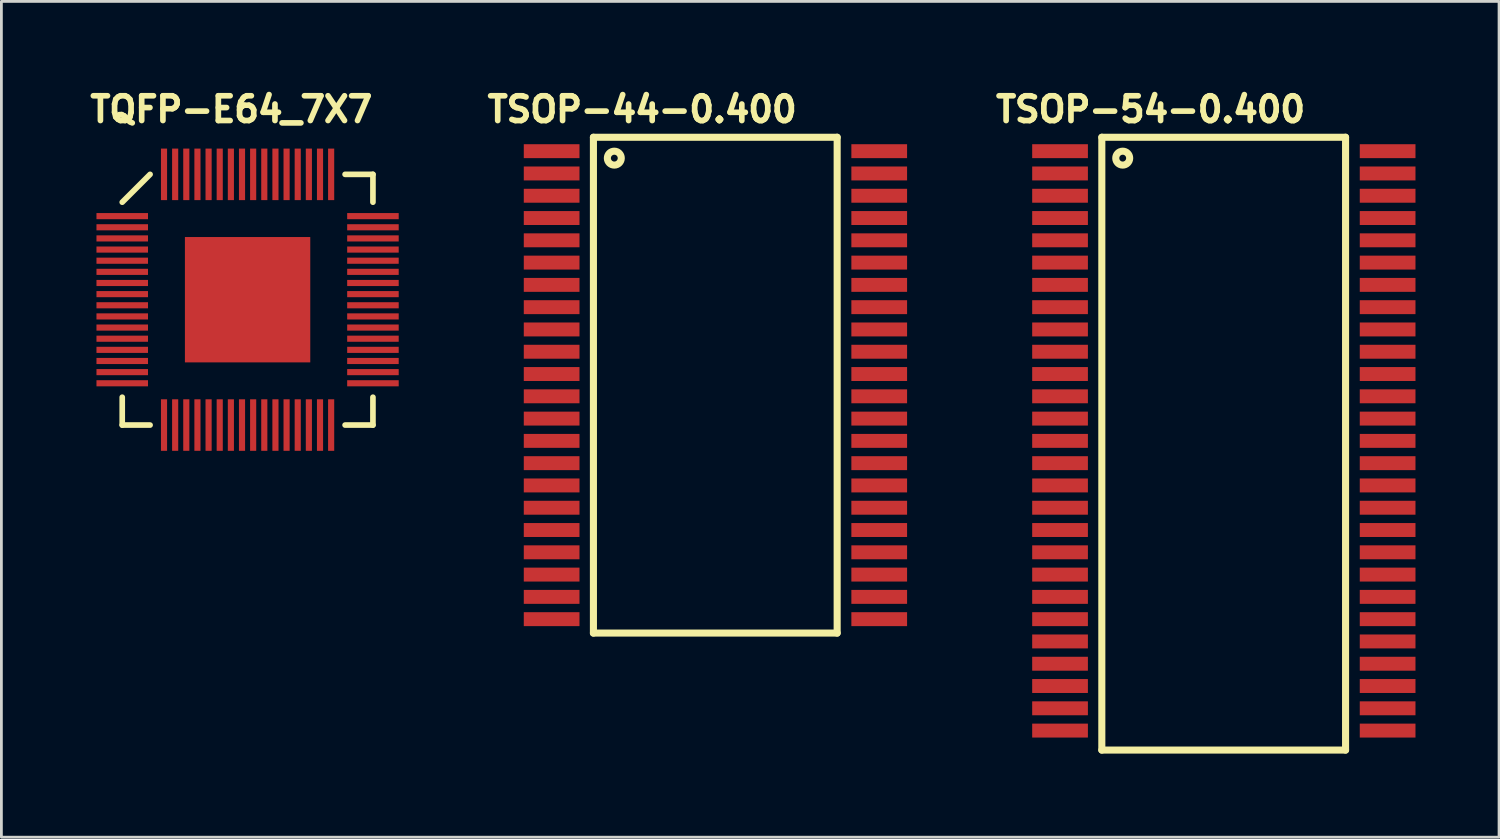
<source format=kicad_pcb>
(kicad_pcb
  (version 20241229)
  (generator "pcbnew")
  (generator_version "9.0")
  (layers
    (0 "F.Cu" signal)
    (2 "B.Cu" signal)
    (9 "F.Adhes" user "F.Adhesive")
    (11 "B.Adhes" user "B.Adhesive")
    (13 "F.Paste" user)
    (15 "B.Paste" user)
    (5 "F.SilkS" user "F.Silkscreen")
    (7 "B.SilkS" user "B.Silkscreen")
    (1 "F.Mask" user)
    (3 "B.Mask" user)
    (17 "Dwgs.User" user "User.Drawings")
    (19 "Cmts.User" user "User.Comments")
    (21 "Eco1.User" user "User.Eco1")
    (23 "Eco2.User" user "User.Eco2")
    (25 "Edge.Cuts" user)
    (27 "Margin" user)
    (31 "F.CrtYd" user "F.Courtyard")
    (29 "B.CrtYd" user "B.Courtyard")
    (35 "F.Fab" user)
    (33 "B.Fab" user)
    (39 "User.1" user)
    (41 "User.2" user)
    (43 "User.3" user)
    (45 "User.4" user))
  (footprint "TQFP-E64_7X7"
    (layer "F.Cu")
    (at 5.838 7.709)
    (property "Reference" "TQFP-E64_7X7" (at -0.584 -6.833 0) (layer "F.SilkS") (effects (font (size 0.889 0.889) (thickness 0.203))))
    (attr through_hole)
    (fp_line (start -4.5 -3.5) (end -3.5 -4.5) (stroke (width 0.203) (type solid)) (layer "F.SilkS"))
    (fp_line (start -4.5 4.5) (end -4.5 3.5) (stroke (width 0.203) (type solid)) (layer "F.SilkS"))
    (fp_line (start -3.5 4.5) (end -4.5 4.5) (stroke (width 0.203) (type solid)) (layer "F.SilkS"))
    (fp_line (start 3.5 -4.5) (end 4.5 -4.5) (stroke (width 0.203) (type solid)) (layer "F.SilkS"))
    (fp_line (start 4.5 -4.5) (end 4.5 -3.5) (stroke (width 0.203) (type solid)) (layer "F.SilkS"))
    (fp_line (start 4.5 3.5) (end 4.5 4.5) (stroke (width 0.203) (type solid)) (layer "F.SilkS"))
    (fp_line (start 4.5 4.5) (end 3.5 4.5) (stroke (width 0.203) (type solid)) (layer "F.SilkS"))
    (pad "1" smd rect (at -4.5 -3) (size 1.85 0.22) (layers "F.Cu" "F.Mask" "F.Paste"))
    (pad "2" smd rect (at -4.5 -2.6) (size 1.85 0.22) (layers "F.Cu" "F.Mask" "F.Paste"))
    (pad "3" smd rect (at -4.5 -2.2) (size 1.85 0.22) (layers "F.Cu" "F.Mask" "F.Paste"))
    (pad "4" smd rect (at -4.5 -1.8) (size 1.85 0.22) (layers "F.Cu" "F.Mask" "F.Paste"))
    (pad "5" smd rect (at -4.5 -1.4) (size 1.85 0.22) (layers "F.Cu" "F.Mask" "F.Paste"))
    (pad "6" smd rect (at -4.5 -1) (size 1.85 0.22) (layers "F.Cu" "F.Mask" "F.Paste"))
    (pad "7" smd rect (at -4.5 -0.6) (size 1.85 0.22) (layers "F.Cu" "F.Mask" "F.Paste"))
    (pad "8" smd rect (at -4.5 -0.2) (size 1.85 0.22) (layers "F.Cu" "F.Mask" "F.Paste"))
    (pad "9" smd rect (at -4.5 0.2) (size 1.85 0.22) (layers "F.Cu" "F.Mask" "F.Paste"))
    (pad "10" smd rect (at -4.5 0.6) (size 1.85 0.22) (layers "F.Cu" "F.Mask" "F.Paste"))
    (pad "11" smd rect (at -4.5 1) (size 1.85 0.22) (layers "F.Cu" "F.Mask" "F.Paste"))
    (pad "12" smd rect (at -4.5 1.4) (size 1.85 0.22) (layers "F.Cu" "F.Mask" "F.Paste"))
    (pad "13" smd rect (at -4.5 1.8) (size 1.85 0.22) (layers "F.Cu" "F.Mask" "F.Paste"))
    (pad "14" smd rect (at -4.5 2.2) (size 1.85 0.22) (layers "F.Cu" "F.Mask" "F.Paste"))
    (pad "15" smd rect (at -4.5 2.6) (size 1.85 0.22) (layers "F.Cu" "F.Mask" "F.Paste"))
    (pad "16" smd rect (at -4.5 3) (size 1.85 0.22) (layers "F.Cu" "F.Mask" "F.Paste"))
    (pad "17" smd rect (at -3 4.5 90) (size 1.85 0.22) (layers "F.Cu" "F.Mask" "F.Paste"))
    (pad "18" smd rect (at -2.6 4.5 90) (size 1.85 0.22) (layers "F.Cu" "F.Mask" "F.Paste"))
    (pad "19" smd rect (at -2.2 4.5 90) (size 1.85 0.22) (layers "F.Cu" "F.Mask" "F.Paste"))
    (pad "20" smd rect (at -1.8 4.5 90) (size 1.85 0.22) (layers "F.Cu" "F.Mask" "F.Paste"))
    (pad "21" smd rect (at -1.4 4.5 90) (size 1.85 0.22) (layers "F.Cu" "F.Mask" "F.Paste"))
    (pad "22" smd rect (at -1 4.5 90) (size 1.85 0.22) (layers "F.Cu" "F.Mask" "F.Paste"))
    (pad "23" smd rect (at -0.6 4.5 90) (size 1.85 0.22) (layers "F.Cu" "F.Mask" "F.Paste"))
    (pad "24" smd rect (at -0.2 4.5 90) (size 1.85 0.22) (layers "F.Cu" "F.Mask" "F.Paste"))
    (pad "25" smd rect (at 0.2 4.5 90) (size 1.85 0.22) (layers "F.Cu" "F.Mask" "F.Paste"))
    (pad "26" smd rect (at 0.6 4.5 90) (size 1.85 0.22) (layers "F.Cu" "F.Mask" "F.Paste"))
    (pad "27" smd rect (at 1 4.5 90) (size 1.85 0.22) (layers "F.Cu" "F.Mask" "F.Paste"))
    (pad "28" smd rect (at 1.4 4.5 90) (size 1.85 0.22) (layers "F.Cu" "F.Mask" "F.Paste"))
    (pad "29" smd rect (at 1.8 4.5 90) (size 1.85 0.22) (layers "F.Cu" "F.Mask" "F.Paste"))
    (pad "30" smd rect (at 2.2 4.5 90) (size 1.85 0.22) (layers "F.Cu" "F.Mask" "F.Paste"))
    (pad "31" smd rect (at 2.6 4.5 90) (size 1.85 0.22) (layers "F.Cu" "F.Mask" "F.Paste"))
    (pad "32" smd rect (at 3 4.5 90) (size 1.85 0.22) (layers "F.Cu" "F.Mask" "F.Paste"))
    (pad "33" smd rect (at 4.5 3 180) (size 1.85 0.22) (layers "F.Cu" "F.Mask" "F.Paste"))
    (pad "34" smd rect (at 4.5 2.6 180) (size 1.85 0.22) (layers "F.Cu" "F.Mask" "F.Paste"))
    (pad "35" smd rect (at 4.5 2.2 180) (size 1.85 0.22) (layers "F.Cu" "F.Mask" "F.Paste"))
    (pad "36" smd rect (at 4.5 1.8 180) (size 1.85 0.22) (layers "F.Cu" "F.Mask" "F.Paste"))
    (pad "37" smd rect (at 4.5 1.4 180) (size 1.85 0.22) (layers "F.Cu" "F.Mask" "F.Paste"))
    (pad "38" smd rect (at 4.5 1 180) (size 1.85 0.22) (layers "F.Cu" "F.Mask" "F.Paste"))
    (pad "39" smd rect (at 4.5 0.6 180) (size 1.85 0.22) (layers "F.Cu" "F.Mask" "F.Paste"))
    (pad "40" smd rect (at 4.5 0.2 180) (size 1.85 0.22) (layers "F.Cu" "F.Mask" "F.Paste"))
    (pad "41" smd rect (at 4.5 -0.2 180) (size 1.85 0.22) (layers "F.Cu" "F.Mask" "F.Paste"))
    (pad "42" smd rect (at 4.5 -0.6 180) (size 1.85 0.22) (layers "F.Cu" "F.Mask" "F.Paste"))
    (pad "43" smd rect (at 4.5 -1 180) (size 1.85 0.22) (layers "F.Cu" "F.Mask" "F.Paste"))
    (pad "44" smd rect (at 4.5 -1.4 180) (size 1.85 0.22) (layers "F.Cu" "F.Mask" "F.Paste"))
    (pad "45" smd rect (at 4.5 -1.8 180) (size 1.85 0.22) (layers "F.Cu" "F.Mask" "F.Paste"))
    (pad "46" smd rect (at 4.5 -2.2 180) (size 1.85 0.22) (layers "F.Cu" "F.Mask" "F.Paste"))
    (pad "47" smd rect (at 4.5 -2.6 180) (size 1.85 0.22) (layers "F.Cu" "F.Mask" "F.Paste"))
    (pad "48" smd rect (at 4.5 -3 180) (size 1.85 0.22) (layers "F.Cu" "F.Mask" "F.Paste"))
    (pad "49" smd rect (at 3 -4.5 90) (size 1.85 0.22) (layers "F.Cu" "F.Mask" "F.Paste"))
    (pad "50" smd rect (at 2.6 -4.5 90) (size 1.85 0.22) (layers "F.Cu" "F.Mask" "F.Paste"))
    (pad "51" smd rect (at 2.2 -4.5 90) (size 1.85 0.22) (layers "F.Cu" "F.Mask" "F.Paste"))
    (pad "52" smd rect (at 1.8 -4.5 90) (size 1.85 0.22) (layers "F.Cu" "F.Mask" "F.Paste"))
    (pad "53" smd rect (at 1.4 -4.5 90) (size 1.85 0.22) (layers "F.Cu" "F.Mask" "F.Paste"))
    (pad "54" smd rect (at 1 -4.5 90) (size 1.85 0.22) (layers "F.Cu" "F.Mask" "F.Paste"))
    (pad "55" smd rect (at 0.6 -4.5 90) (size 1.85 0.22) (layers "F.Cu" "F.Mask" "F.Paste"))
    (pad "56" smd rect (at 0.2 -4.5 90) (size 1.85 0.22) (layers "F.Cu" "F.Mask" "F.Paste"))
    (pad "57" smd rect (at -0.2 -4.5 90) (size 1.85 0.22) (layers "F.Cu" "F.Mask" "F.Paste"))
    (pad "58" smd rect (at -0.6 -4.5 90) (size 1.85 0.22) (layers "F.Cu" "F.Mask" "F.Paste"))
    (pad "59" smd rect (at -1 -4.5 90) (size 1.85 0.22) (layers "F.Cu" "F.Mask" "F.Paste"))
    (pad "60" smd rect (at -1.4 -4.5 90) (size 1.85 0.22) (layers "F.Cu" "F.Mask" "F.Paste"))
    (pad "61" smd rect (at -1.8 -4.5 90) (size 1.85 0.22) (layers "F.Cu" "F.Mask" "F.Paste"))
    (pad "62" smd rect (at -2.2 -4.5 90) (size 1.85 0.22) (layers "F.Cu" "F.Mask" "F.Paste"))
    (pad "63" smd rect (at -2.6 -4.5 90) (size 1.85 0.22) (layers "F.Cu" "F.Mask" "F.Paste"))
    (pad "64" smd rect (at -3 -4.5 90) (size 1.85 0.22) (layers "F.Cu" "F.Mask" "F.Paste"))
    (pad "PAD" smd rect (at 0 0 90) (size 4.5 4.5) (layers "F.Cu" "F.Mask" "F.Paste")))
  (footprint "TSOP-44-0.400"
    (layer "F.Cu")
    (at 16.753 2.377)
    (property "Reference" "TSOP-44-0.400" (at 3.25 -1.5 0) (layer "F.SilkS") (effects (font (size 0.889 0.889) (thickness 0.203))))
    (attr through_hole)
    (fp_line (start 1.5 -0.5) (end 1.5 17.3) (stroke (width 0.254) (type solid)) (layer "F.SilkS"))
    (fp_line (start 1.5 17.3) (end 10.25 17.3) (stroke (width 0.254) (type solid)) (layer "F.SilkS"))
    (fp_line (start 10.25 -0.5) (end 1.5 -0.5) (stroke (width 0.254) (type solid)) (layer "F.SilkS"))
    (fp_line (start 10.25 17.3) (end 10.25 -0.5) (stroke (width 0.254) (type solid)) (layer "F.SilkS"))
    (fp_circle (center 2.25 0.25) (end 2.5 0.25) (stroke (width 0.254) (type solid)) (fill no) (layer "F.SilkS"))
    (pad "1" smd rect (at 0 0) (size 2 0.5) (layers "F.Cu" "F.Mask" "F.Paste"))
    (pad "2" smd rect (at 0 0.8) (size 2 0.5) (layers "F.Cu" "F.Mask" "F.Paste"))
    (pad "3" smd rect (at 0 1.6) (size 2 0.5) (layers "F.Cu" "F.Mask" "F.Paste"))
    (pad "4" smd rect (at 0 2.4) (size 2 0.5) (layers "F.Cu" "F.Mask" "F.Paste"))
    (pad "5" smd rect (at 0 3.2) (size 2 0.5) (layers "F.Cu" "F.Mask" "F.Paste"))
    (pad "6" smd rect (at 0 4) (size 2 0.5) (layers "F.Cu" "F.Mask" "F.Paste"))
    (pad "7" smd rect (at 0 4.8) (size 2 0.5) (layers "F.Cu" "F.Mask" "F.Paste"))
    (pad "8" smd rect (at 0 5.6) (size 2 0.5) (layers "F.Cu" "F.Mask" "F.Paste"))
    (pad "9" smd rect (at 0 6.4) (size 2 0.5) (layers "F.Cu" "F.Mask" "F.Paste"))
    (pad "10" smd rect (at 0 7.2) (size 2 0.5) (layers "F.Cu" "F.Mask" "F.Paste"))
    (pad "11" smd rect (at 0 8) (size 2 0.5) (layers "F.Cu" "F.Mask" "F.Paste"))
    (pad "12" smd rect (at 0 8.8) (size 2 0.5) (layers "F.Cu" "F.Mask" "F.Paste"))
    (pad "13" smd rect (at 0 9.6) (size 2 0.5) (layers "F.Cu" "F.Mask" "F.Paste"))
    (pad "14" smd rect (at 0 10.4) (size 2 0.5) (layers "F.Cu" "F.Mask" "F.Paste"))
    (pad "15" smd rect (at 0 11.2) (size 2 0.5) (layers "F.Cu" "F.Mask" "F.Paste"))
    (pad "16" smd rect (at 0 12) (size 2 0.5) (layers "F.Cu" "F.Mask" "F.Paste"))
    (pad "17" smd rect (at 0 12.8) (size 2 0.5) (layers "F.Cu" "F.Mask" "F.Paste"))
    (pad "18" smd rect (at 0 13.6) (size 2 0.5) (layers "F.Cu" "F.Mask" "F.Paste"))
    (pad "19" smd rect (at 0 14.4) (size 2 0.5) (layers "F.Cu" "F.Mask" "F.Paste"))
    (pad "20" smd rect (at 0 15.2) (size 2 0.5) (layers "F.Cu" "F.Mask" "F.Paste"))
    (pad "21" smd rect (at 0 16) (size 2 0.5) (layers "F.Cu" "F.Mask" "F.Paste"))
    (pad "22" smd rect (at 0 16.8) (size 2 0.5) (layers "F.Cu" "F.Mask" "F.Paste"))
    (pad "23" smd rect (at 11.76 16.8) (size 2 0.5) (layers "F.Cu" "F.Mask" "F.Paste"))
    (pad "24" smd rect (at 11.76 16) (size 2 0.5) (layers "F.Cu" "F.Mask" "F.Paste"))
    (pad "25" smd rect (at 11.76 15.2) (size 2 0.5) (layers "F.Cu" "F.Mask" "F.Paste"))
    (pad "26" smd rect (at 11.76 14.4) (size 2 0.5) (layers "F.Cu" "F.Mask" "F.Paste"))
    (pad "27" smd rect (at 11.76 13.6) (size 2 0.5) (layers "F.Cu" "F.Mask" "F.Paste"))
    (pad "28" smd rect (at 11.76 12.8) (size 2 0.5) (layers "F.Cu" "F.Mask" "F.Paste"))
    (pad "29" smd rect (at 11.76 12) (size 2 0.5) (layers "F.Cu" "F.Mask" "F.Paste"))
    (pad "30" smd rect (at 11.76 11.2) (size 2 0.5) (layers "F.Cu" "F.Mask" "F.Paste"))
    (pad "31" smd rect (at 11.76 10.4) (size 2 0.5) (layers "F.Cu" "F.Mask" "F.Paste"))
    (pad "32" smd rect (at 11.76 9.6) (size 2 0.5) (layers "F.Cu" "F.Mask" "F.Paste"))
    (pad "33" smd rect (at 11.76 8.8) (size 2 0.5) (layers "F.Cu" "F.Mask" "F.Paste"))
    (pad "34" smd rect (at 11.76 8) (size 2 0.5) (layers "F.Cu" "F.Mask" "F.Paste"))
    (pad "35" smd rect (at 11.76 7.2) (size 2 0.5) (layers "F.Cu" "F.Mask" "F.Paste"))
    (pad "36" smd rect (at 11.76 6.4) (size 2 0.5) (layers "F.Cu" "F.Mask" "F.Paste"))
    (pad "37" smd rect (at 11.76 5.6) (size 2 0.5) (layers "F.Cu" "F.Mask" "F.Paste"))
    (pad "38" smd rect (at 11.76 4.8) (size 2 0.5) (layers "F.Cu" "F.Mask" "F.Paste"))
    (pad "39" smd rect (at 11.76 4) (size 2 0.5) (layers "F.Cu" "F.Mask" "F.Paste"))
    (pad "40" smd rect (at 11.76 3.2) (size 2 0.5) (layers "F.Cu" "F.Mask" "F.Paste"))
    (pad "41" smd rect (at 11.76 2.4) (size 2 0.5) (layers "F.Cu" "F.Mask" "F.Paste"))
    (pad "42" smd rect (at 11.76 1.6) (size 2 0.5) (layers "F.Cu" "F.Mask" "F.Paste"))
    (pad "43" smd rect (at 11.76 0.8) (size 2 0.5) (layers "F.Cu" "F.Mask" "F.Paste"))
    (pad "44" smd rect (at 11.76 0) (size 2 0.5) (layers "F.Cu" "F.Mask" "F.Paste")))
  (footprint "TSOP-54-0.400"
    (layer "F.Cu")
    (at 35.004 2.377)
    (property "Reference" "TSOP-54-0.400" (at 3.25 -1.5 0) (layer "F.SilkS") (effects (font (size 0.889 0.889) (thickness 0.203))))
    (attr through_hole)
    (fp_line (start 1.5 -0.5) (end 1.5 21.5) (stroke (width 0.254) (type solid)) (layer "F.SilkS"))
    (fp_line (start 1.5 21.5) (end 10.25 21.5) (stroke (width 0.254) (type solid)) (layer "F.SilkS"))
    (fp_line (start 10.25 -0.5) (end 1.5 -0.5) (stroke (width 0.254) (type solid)) (layer "F.SilkS"))
    (fp_line (start 10.25 21.5) (end 10.25 -0.5) (stroke (width 0.254) (type solid)) (layer "F.SilkS"))
    (fp_circle (center 2.25 0.25) (end 2.5 0.25) (stroke (width 0.254) (type solid)) (fill no) (layer "F.SilkS"))
    (pad "1" smd rect (at 0 0) (size 2 0.5) (layers "F.Cu" "F.Mask" "F.Paste"))
    (pad "2" smd rect (at 0 0.8) (size 2 0.5) (layers "F.Cu" "F.Mask" "F.Paste"))
    (pad "3" smd rect (at 0 1.6) (size 2 0.5) (layers "F.Cu" "F.Mask" "F.Paste"))
    (pad "4" smd rect (at 0 2.4) (size 2 0.5) (layers "F.Cu" "F.Mask" "F.Paste"))
    (pad "5" smd rect (at 0 3.2) (size 2 0.5) (layers "F.Cu" "F.Mask" "F.Paste"))
    (pad "6" smd rect (at 0 4) (size 2 0.5) (layers "F.Cu" "F.Mask" "F.Paste"))
    (pad "7" smd rect (at 0 4.8) (size 2 0.5) (layers "F.Cu" "F.Mask" "F.Paste"))
    (pad "8" smd rect (at 0 5.6) (size 2 0.5) (layers "F.Cu" "F.Mask" "F.Paste"))
    (pad "9" smd rect (at 0 6.4) (size 2 0.5) (layers "F.Cu" "F.Mask" "F.Paste"))
    (pad "10" smd rect (at 0 7.2) (size 2 0.5) (layers "F.Cu" "F.Mask" "F.Paste"))
    (pad "11" smd rect (at 0 8) (size 2 0.5) (layers "F.Cu" "F.Mask" "F.Paste"))
    (pad "12" smd rect (at 0 8.8) (size 2 0.5) (layers "F.Cu" "F.Mask" "F.Paste"))
    (pad "13" smd rect (at 0 9.6) (size 2 0.5) (layers "F.Cu" "F.Mask" "F.Paste"))
    (pad "14" smd rect (at 0 10.4) (size 2 0.5) (layers "F.Cu" "F.Mask" "F.Paste"))
    (pad "15" smd rect (at 0 11.2) (size 2 0.5) (layers "F.Cu" "F.Mask" "F.Paste"))
    (pad "16" smd rect (at 0 12) (size 2 0.5) (layers "F.Cu" "F.Mask" "F.Paste"))
    (pad "17" smd rect (at 0 12.8) (size 2 0.5) (layers "F.Cu" "F.Mask" "F.Paste"))
    (pad "18" smd rect (at 0 13.6) (size 2 0.5) (layers "F.Cu" "F.Mask" "F.Paste"))
    (pad "19" smd rect (at 0 14.4) (size 2 0.5) (layers "F.Cu" "F.Mask" "F.Paste"))
    (pad "20" smd rect (at 0 15.2) (size 2 0.5) (layers "F.Cu" "F.Mask" "F.Paste"))
    (pad "21" smd rect (at 0 16) (size 2 0.5) (layers "F.Cu" "F.Mask" "F.Paste"))
    (pad "22" smd rect (at 0 16.8) (size 2 0.5) (layers "F.Cu" "F.Mask" "F.Paste"))
    (pad "23" smd rect (at 0 17.6) (size 2 0.5) (layers "F.Cu" "F.Mask" "F.Paste"))
    (pad "24" smd rect (at 0 18.4) (size 2 0.5) (layers "F.Cu" "F.Mask" "F.Paste"))
    (pad "25" smd rect (at 0 19.2) (size 2 0.5) (layers "F.Cu" "F.Mask" "F.Paste"))
    (pad "26" smd rect (at 0 20) (size 2 0.5) (layers "F.Cu" "F.Mask" "F.Paste"))
    (pad "27" smd rect (at 0 20.8) (size 2 0.5) (layers "F.Cu" "F.Mask" "F.Paste"))
    (pad "28" smd rect (at 11.76 20.8) (size 2 0.5) (layers "F.Cu" "F.Mask" "F.Paste"))
    (pad "29" smd rect (at 11.76 20) (size 2 0.5) (layers "F.Cu" "F.Mask" "F.Paste"))
    (pad "30" smd rect (at 11.76 19.2) (size 2 0.5) (layers "F.Cu" "F.Mask" "F.Paste"))
    (pad "31" smd rect (at 11.76 18.4) (size 2 0.5) (layers "F.Cu" "F.Mask" "F.Paste"))
    (pad "32" smd rect (at 11.76 17.6) (size 2 0.5) (layers "F.Cu" "F.Mask" "F.Paste"))
    (pad "33" smd rect (at 11.76 16.8) (size 2 0.5) (layers "F.Cu" "F.Mask" "F.Paste"))
    (pad "34" smd rect (at 11.76 16) (size 2 0.5) (layers "F.Cu" "F.Mask" "F.Paste"))
    (pad "35" smd rect (at 11.76 15.2) (size 2 0.5) (layers "F.Cu" "F.Mask" "F.Paste"))
    (pad "36" smd rect (at 11.76 14.4) (size 2 0.5) (layers "F.Cu" "F.Mask" "F.Paste"))
    (pad "37" smd rect (at 11.76 13.6) (size 2 0.5) (layers "F.Cu" "F.Mask" "F.Paste"))
    (pad "38" smd rect (at 11.76 12.8) (size 2 0.5) (layers "F.Cu" "F.Mask" "F.Paste"))
    (pad "39" smd rect (at 11.76 12) (size 2 0.5) (layers "F.Cu" "F.Mask" "F.Paste"))
    (pad "40" smd rect (at 11.76 11.2) (size 2 0.5) (layers "F.Cu" "F.Mask" "F.Paste"))
    (pad "41" smd rect (at 11.76 10.4) (size 2 0.5) (layers "F.Cu" "F.Mask" "F.Paste"))
    (pad "42" smd rect (at 11.76 9.6) (size 2 0.5) (layers "F.Cu" "F.Mask" "F.Paste"))
    (pad "43" smd rect (at 11.76 8.8) (size 2 0.5) (layers "F.Cu" "F.Mask" "F.Paste"))
    (pad "44" smd rect (at 11.76 8) (size 2 0.5) (layers "F.Cu" "F.Mask" "F.Paste"))
    (pad "45" smd rect (at 11.76 7.2) (size 2 0.5) (layers "F.Cu" "F.Mask" "F.Paste"))
    (pad "46" smd rect (at 11.76 6.4) (size 2 0.5) (layers "F.Cu" "F.Mask" "F.Paste"))
    (pad "47" smd rect (at 11.76 5.6) (size 2 0.5) (layers "F.Cu" "F.Mask" "F.Paste"))
    (pad "48" smd rect (at 11.76 4.8) (size 2 0.5) (layers "F.Cu" "F.Mask" "F.Paste"))
    (pad "49" smd rect (at 11.76 4) (size 2 0.5) (layers "F.Cu" "F.Mask" "F.Paste"))
    (pad "50" smd rect (at 11.76 3.2) (size 2 0.5) (layers "F.Cu" "F.Mask" "F.Paste"))
    (pad "51" smd rect (at 11.76 2.4) (size 2 0.5) (layers "F.Cu" "F.Mask" "F.Paste"))
    (pad "52" smd rect (at 11.76 1.6) (size 2 0.5) (layers "F.Cu" "F.Mask" "F.Paste"))
    (pad "53" smd rect (at 11.76 0.8) (size 2 0.5) (layers "F.Cu" "F.Mask" "F.Paste"))
    (pad "54" smd rect (at 11.76 0) (size 2 0.5) (layers "F.Cu" "F.Mask" "F.Paste")))
  (gr_rect
    (start -3 -3)
    (end 50.764 27.004)
    (stroke (width 0.1) (type default))
    (fill no)
    (layer "Edge.Cuts")))
</source>
